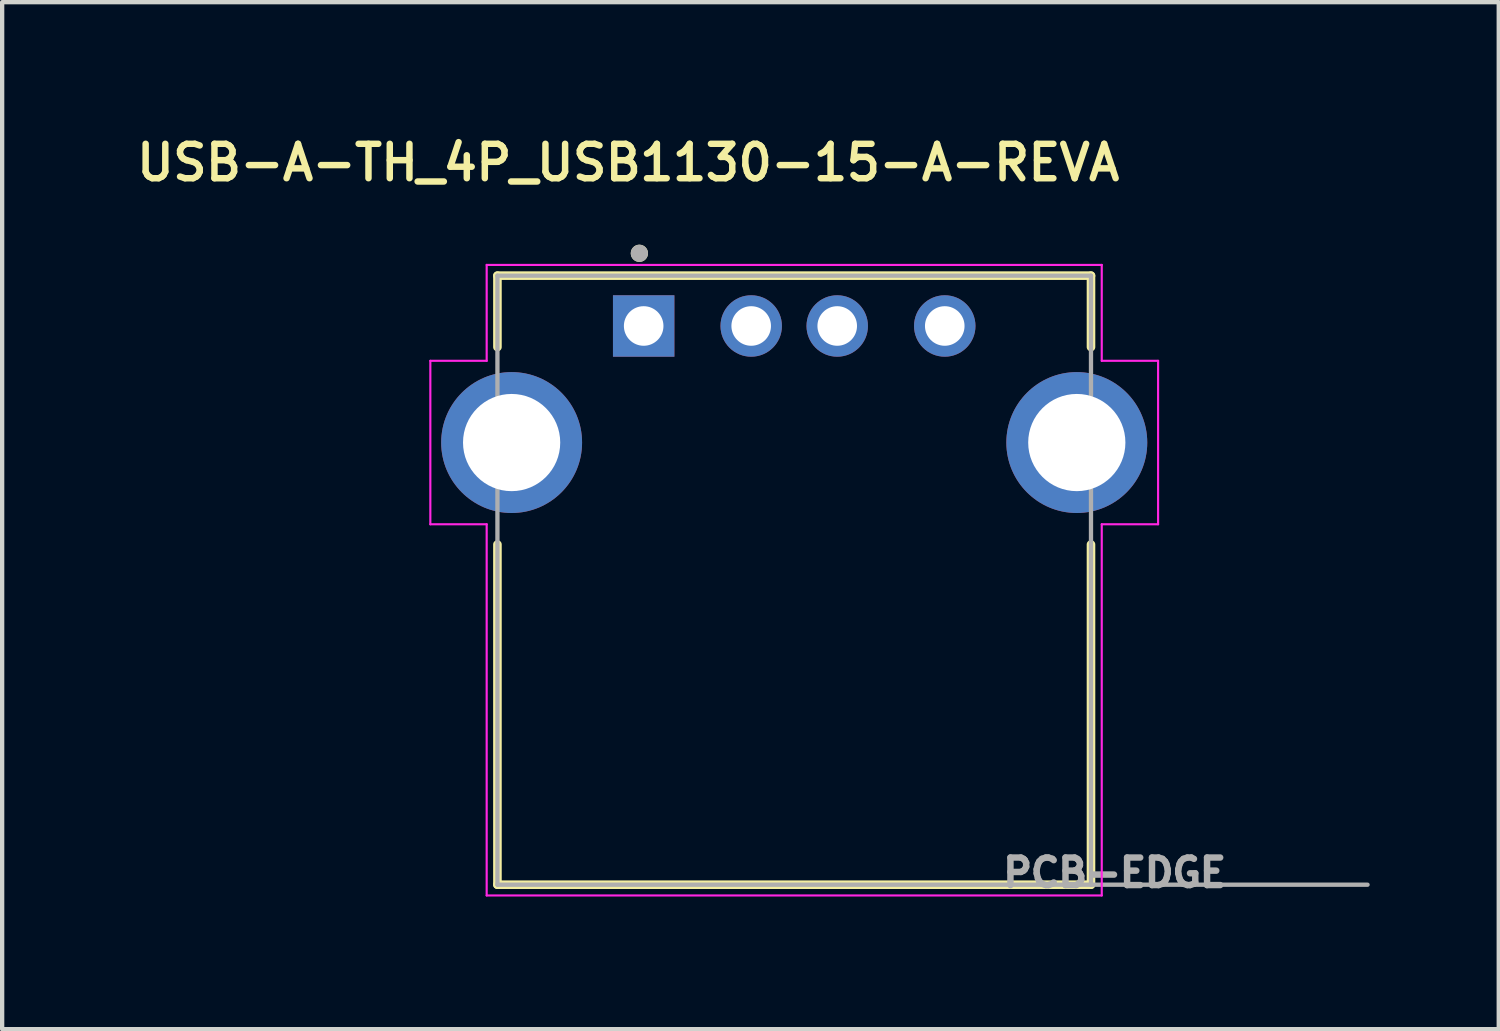
<source format=kicad_pcb>
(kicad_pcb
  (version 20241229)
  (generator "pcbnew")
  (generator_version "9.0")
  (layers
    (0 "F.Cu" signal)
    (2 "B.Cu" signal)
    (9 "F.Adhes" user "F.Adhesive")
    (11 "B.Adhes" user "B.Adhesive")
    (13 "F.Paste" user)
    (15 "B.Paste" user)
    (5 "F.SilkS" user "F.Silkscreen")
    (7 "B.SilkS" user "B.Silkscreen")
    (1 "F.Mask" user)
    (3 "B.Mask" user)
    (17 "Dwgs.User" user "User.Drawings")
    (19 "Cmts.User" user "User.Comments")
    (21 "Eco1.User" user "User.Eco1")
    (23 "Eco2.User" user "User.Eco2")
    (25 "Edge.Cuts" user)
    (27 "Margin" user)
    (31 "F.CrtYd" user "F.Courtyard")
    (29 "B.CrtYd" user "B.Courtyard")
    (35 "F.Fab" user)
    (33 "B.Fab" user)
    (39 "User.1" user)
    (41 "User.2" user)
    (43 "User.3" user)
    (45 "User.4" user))
  (footprint "USB-A-TH_4P_USB1130-15-A-REVA"
    (layer "F.Cu")
    (at 15.415 7.239)
    (property "Reference" "USB-A-TH_4P_USB1130-15-A-REVA" (at -3.86 -6.508 0) (layer "F.SilkS") (effects (font (size 0.8 0.8) (thickness 0.15))))
    (attr through_hole)
    (fp_line (start -6.9 -3.88) (end -6.9 -2.22) (stroke (width 0.2) (type solid)) (layer "F.SilkS"))
    (fp_line (start -6.9 2.37) (end -6.9 10.28) (stroke (width 0.2) (type solid)) (layer "F.SilkS"))
    (fp_line (start -6.9 10.28) (end 6.9 10.28) (stroke (width 0.2) (type solid)) (layer "F.SilkS"))
    (fp_line (start 6.9 -3.88) (end -6.9 -3.88) (stroke (width 0.2) (type solid)) (layer "F.SilkS"))
    (fp_line (start 6.9 -3.88) (end 6.9 -2.22) (stroke (width 0.2) (type solid)) (layer "F.SilkS"))
    (fp_line (start 6.9 2.37) (end 6.9 10.28) (stroke (width 0.2) (type solid)) (layer "F.SilkS"))
    (fp_circle (center -3.6 -4.4) (end -3.5 -4.4) (stroke (width 0.2) (type solid)) (fill no) (layer "F.SilkS"))
    (fp_line (start -8.46 -1.9) (end -7.15 -1.9) (stroke (width 0.05) (type solid)) (layer "F.CrtYd"))
    (fp_line (start -8.46 1.9) (end -8.46 -1.9) (stroke (width 0.05) (type solid)) (layer "F.CrtYd"))
    (fp_line (start -7.15 -4.13) (end 7.15 -4.13) (stroke (width 0.05) (type solid)) (layer "F.CrtYd"))
    (fp_line (start -7.15 -1.9) (end -7.15 -4.13) (stroke (width 0.05) (type solid)) (layer "F.CrtYd"))
    (fp_line (start -7.15 1.9) (end -8.46 1.9) (stroke (width 0.05) (type solid)) (layer "F.CrtYd"))
    (fp_line (start -7.15 10.53) (end -7.15 1.9) (stroke (width 0.05) (type solid)) (layer "F.CrtYd"))
    (fp_line (start 7.15 -4.13) (end 7.15 -1.9) (stroke (width 0.05) (type solid)) (layer "F.CrtYd"))
    (fp_line (start 7.15 -1.9) (end 8.46 -1.9) (stroke (width 0.05) (type solid)) (layer "F.CrtYd"))
    (fp_line (start 7.15 1.9) (end 7.15 10.53) (stroke (width 0.05) (type solid)) (layer "F.CrtYd"))
    (fp_line (start 7.15 10.53) (end -7.15 10.53) (stroke (width 0.05) (type solid)) (layer "F.CrtYd"))
    (fp_line (start 8.46 -1.9) (end 8.46 1.9) (stroke (width 0.05) (type solid)) (layer "F.CrtYd"))
    (fp_line (start 8.46 1.9) (end 7.15 1.9) (stroke (width 0.05) (type solid)) (layer "F.CrtYd"))
    (fp_line (start -6.9 -3.88) (end -6.9 10.28) (stroke (width 0.1) (type solid)) (layer "F.Fab"))
    (fp_line (start -6.9 10.28) (end 6.9 10.28) (stroke (width 0.1) (type solid)) (layer "F.Fab"))
    (fp_line (start 6.9 -3.88) (end -6.9 -3.88) (stroke (width 0.1) (type solid)) (layer "F.Fab"))
    (fp_line (start 6.9 10.28) (end 6.9 -3.88) (stroke (width 0.1) (type solid)) (layer "F.Fab"))
    (fp_line (start 6.9 10.28) (end 13.33 10.28) (stroke (width 0.1) (type solid)) (layer "F.Fab"))
    (fp_circle (center -3.6 -4.4) (end -3.5 -4.4) (stroke (width 0.2) (type solid)) (fill no) (layer "F.Fab"))
    (fp_text user "PCB-EDGE" (at 7.45 10 0) (layer "F.Fab") (effects (font (size 0.64 0.64) (thickness 0.15))))
    (pad "1" thru_hole rect (at -3.5 -2.71) (size 1.428 1.428) (drill 0.92) (layers "*.Cu" "*.Mask"))
    (pad "2" thru_hole circle (at -1 -2.71) (size 1.428 1.428) (drill 0.92) (layers "*.Cu" "*.Mask"))
    (pad "3" thru_hole circle (at 1 -2.71) (size 1.428 1.428) (drill 0.92) (layers "*.Cu" "*.Mask"))
    (pad "4" thru_hole circle (at 3.5 -2.71) (size 1.428 1.428) (drill 0.92) (layers "*.Cu" "*.Mask"))
    (pad "S1" thru_hole circle (at -6.57 0) (size 3.276 3.276) (drill 2.26) (layers "*.Cu" "*.Mask"))
    (pad "S2" thru_hole circle (at 6.57 0) (size 3.276 3.276) (drill 2.26) (layers "*.Cu" "*.Mask")))
  (gr_rect
    (start -3 -3)
    (end 31.795 20.877)
    (stroke (width 0.1) (type default))
    (fill no)
    (layer "Edge.Cuts")))
</source>
